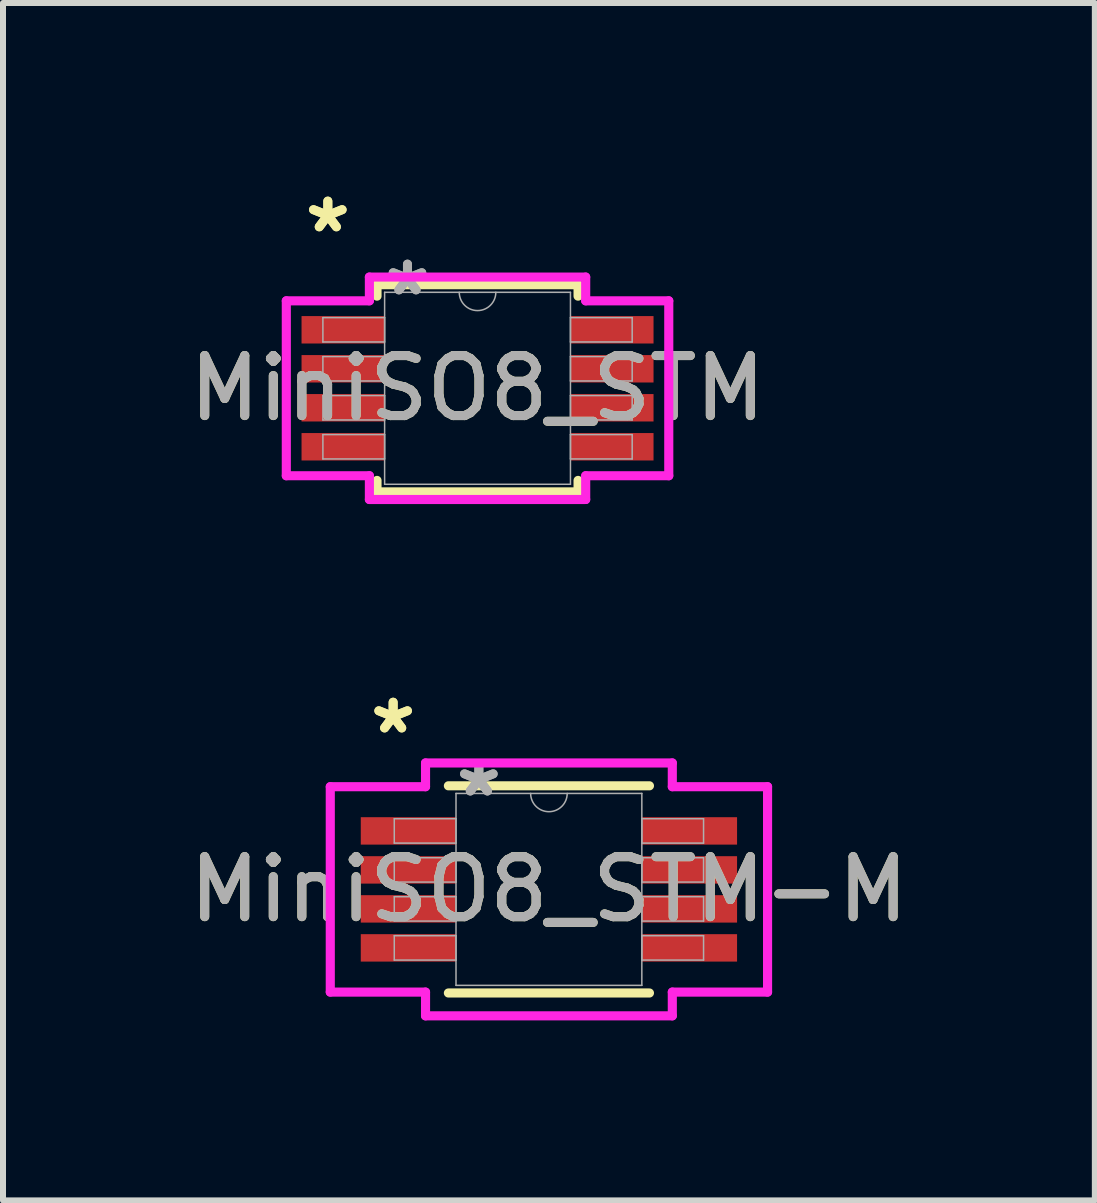
<source format=kicad_pcb>
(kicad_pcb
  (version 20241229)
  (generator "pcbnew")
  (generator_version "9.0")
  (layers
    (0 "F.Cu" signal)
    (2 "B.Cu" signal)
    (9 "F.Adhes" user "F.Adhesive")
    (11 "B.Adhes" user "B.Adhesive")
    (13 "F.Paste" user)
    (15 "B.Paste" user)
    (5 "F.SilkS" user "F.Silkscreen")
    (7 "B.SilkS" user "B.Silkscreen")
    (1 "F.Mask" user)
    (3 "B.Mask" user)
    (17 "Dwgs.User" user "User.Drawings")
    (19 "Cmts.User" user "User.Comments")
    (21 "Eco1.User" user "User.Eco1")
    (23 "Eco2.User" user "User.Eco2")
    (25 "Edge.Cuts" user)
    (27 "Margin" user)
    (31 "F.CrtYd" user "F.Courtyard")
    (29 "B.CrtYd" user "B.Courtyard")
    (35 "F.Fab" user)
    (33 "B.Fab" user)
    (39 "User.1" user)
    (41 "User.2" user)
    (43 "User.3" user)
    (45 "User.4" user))
  (footprint "MiniSO8_STM"
    (layer "F.Cu")
    (at 4.911 3.423)
    (property "Reference" "MiniSO8_STM" (at 0 0 0) (unlocked yes) (layer "F.SilkS") (effects (font (size 1 1) (thickness 0.15))))
    (attr smd)
    (fp_line (start -1.676 -1.727) (end -1.676 -1.536) (stroke (width 0.152) (type solid)) (layer "F.SilkS"))
    (fp_line (start -1.676 1.536) (end -1.676 1.727) (stroke (width 0.152) (type solid)) (layer "F.SilkS"))
    (fp_line (start -1.676 1.727) (end 1.676 1.727) (stroke (width 0.152) (type solid)) (layer "F.SilkS"))
    (fp_line (start 1.676 -1.727) (end -1.676 -1.727) (stroke (width 0.152) (type solid)) (layer "F.SilkS"))
    (fp_line (start 1.676 -1.536) (end 1.676 -1.727) (stroke (width 0.152) (type solid)) (layer "F.SilkS"))
    (fp_line (start 1.676 1.727) (end 1.676 1.536) (stroke (width 0.152) (type solid)) (layer "F.SilkS"))
    (fp_line (start -3.188 -1.458) (end -1.803 -1.458) (stroke (width 0.152) (type solid)) (layer "F.CrtYd"))
    (fp_line (start -3.188 1.458) (end -3.188 -1.458) (stroke (width 0.152) (type solid)) (layer "F.CrtYd"))
    (fp_line (start -3.188 1.458) (end -1.803 1.458) (stroke (width 0.152) (type solid)) (layer "F.CrtYd"))
    (fp_line (start -1.803 -1.854) (end 1.803 -1.854) (stroke (width 0.152) (type solid)) (layer "F.CrtYd"))
    (fp_line (start -1.803 -1.458) (end -1.803 -1.854) (stroke (width 0.152) (type solid)) (layer "F.CrtYd"))
    (fp_line (start -1.803 1.854) (end -1.803 1.458) (stroke (width 0.152) (type solid)) (layer "F.CrtYd"))
    (fp_line (start 1.803 -1.854) (end 1.803 -1.458) (stroke (width 0.152) (type solid)) (layer "F.CrtYd"))
    (fp_line (start 1.803 1.458) (end 1.803 1.854) (stroke (width 0.152) (type solid)) (layer "F.CrtYd"))
    (fp_line (start 1.803 1.854) (end -1.803 1.854) (stroke (width 0.152) (type solid)) (layer "F.CrtYd"))
    (fp_line (start 3.188 -1.458) (end 1.803 -1.458) (stroke (width 0.152) (type solid)) (layer "F.CrtYd"))
    (fp_line (start 3.188 -1.458) (end 3.188 1.458) (stroke (width 0.152) (type solid)) (layer "F.CrtYd"))
    (fp_line (start 3.188 1.458) (end 1.803 1.458) (stroke (width 0.152) (type solid)) (layer "F.CrtYd"))
    (fp_line (start -2.578 -1.178) (end -2.578 -0.772) (stroke (width 0.025) (type solid)) (layer "F.Fab"))
    (fp_line (start -2.578 -0.772) (end -1.549 -0.772) (stroke (width 0.025) (type solid)) (layer "F.Fab"))
    (fp_line (start -2.578 -0.528) (end -2.578 -0.122) (stroke (width 0.025) (type solid)) (layer "F.Fab"))
    (fp_line (start -2.578 -0.122) (end -1.549 -0.122) (stroke (width 0.025) (type solid)) (layer "F.Fab"))
    (fp_line (start -2.578 0.122) (end -2.578 0.528) (stroke (width 0.025) (type solid)) (layer "F.Fab"))
    (fp_line (start -2.578 0.528) (end -1.549 0.528) (stroke (width 0.025) (type solid)) (layer "F.Fab"))
    (fp_line (start -2.578 0.772) (end -2.578 1.178) (stroke (width 0.025) (type solid)) (layer "F.Fab"))
    (fp_line (start -2.578 1.178) (end -1.549 1.178) (stroke (width 0.025) (type solid)) (layer "F.Fab"))
    (fp_line (start -1.549 -1.6) (end -1.549 1.6) (stroke (width 0.025) (type solid)) (layer "F.Fab"))
    (fp_line (start -1.549 -1.178) (end -2.578 -1.178) (stroke (width 0.025) (type solid)) (layer "F.Fab"))
    (fp_line (start -1.549 -0.772) (end -1.549 -1.178) (stroke (width 0.025) (type solid)) (layer "F.Fab"))
    (fp_line (start -1.549 -0.528) (end -2.578 -0.528) (stroke (width 0.025) (type solid)) (layer "F.Fab"))
    (fp_line (start -1.549 -0.122) (end -1.549 -0.528) (stroke (width 0.025) (type solid)) (layer "F.Fab"))
    (fp_line (start -1.549 0.122) (end -2.578 0.122) (stroke (width 0.025) (type solid)) (layer "F.Fab"))
    (fp_line (start -1.549 0.528) (end -1.549 0.122) (stroke (width 0.025) (type solid)) (layer "F.Fab"))
    (fp_line (start -1.549 0.772) (end -2.578 0.772) (stroke (width 0.025) (type solid)) (layer "F.Fab"))
    (fp_line (start -1.549 1.178) (end -1.549 0.772) (stroke (width 0.025) (type solid)) (layer "F.Fab"))
    (fp_line (start -1.549 1.6) (end 1.549 1.6) (stroke (width 0.025) (type solid)) (layer "F.Fab"))
    (fp_line (start 1.549 -1.6) (end -1.549 -1.6) (stroke (width 0.025) (type solid)) (layer "F.Fab"))
    (fp_line (start 1.549 -1.178) (end 1.549 -0.772) (stroke (width 0.025) (type solid)) (layer "F.Fab"))
    (fp_line (start 1.549 -0.772) (end 2.578 -0.772) (stroke (width 0.025) (type solid)) (layer "F.Fab"))
    (fp_line (start 1.549 -0.528) (end 1.549 -0.122) (stroke (width 0.025) (type solid)) (layer "F.Fab"))
    (fp_line (start 1.549 -0.122) (end 2.578 -0.122) (stroke (width 0.025) (type solid)) (layer "F.Fab"))
    (fp_line (start 1.549 0.122) (end 1.549 0.528) (stroke (width 0.025) (type solid)) (layer "F.Fab"))
    (fp_line (start 1.549 0.528) (end 2.578 0.528) (stroke (width 0.025) (type solid)) (layer "F.Fab"))
    (fp_line (start 1.549 0.772) (end 1.549 1.178) (stroke (width 0.025) (type solid)) (layer "F.Fab"))
    (fp_line (start 1.549 1.178) (end 2.578 1.178) (stroke (width 0.025) (type solid)) (layer "F.Fab"))
    (fp_line (start 1.549 1.6) (end 1.549 -1.6) (stroke (width 0.025) (type solid)) (layer "F.Fab"))
    (fp_line (start 2.578 -1.178) (end 1.549 -1.178) (stroke (width 0.025) (type solid)) (layer "F.Fab"))
    (fp_line (start 2.578 -0.772) (end 2.578 -1.178) (stroke (width 0.025) (type solid)) (layer "F.Fab"))
    (fp_line (start 2.578 -0.528) (end 1.549 -0.528) (stroke (width 0.025) (type solid)) (layer "F.Fab"))
    (fp_line (start 2.578 -0.122) (end 2.578 -0.528) (stroke (width 0.025) (type solid)) (layer "F.Fab"))
    (fp_line (start 2.578 0.122) (end 1.549 0.122) (stroke (width 0.025) (type solid)) (layer "F.Fab"))
    (fp_line (start 2.578 0.528) (end 2.578 0.122) (stroke (width 0.025) (type solid)) (layer "F.Fab"))
    (fp_line (start 2.578 0.772) (end 1.549 0.772) (stroke (width 0.025) (type solid)) (layer "F.Fab"))
    (fp_line (start 2.578 1.178) (end 2.578 0.772) (stroke (width 0.025) (type solid)) (layer "F.Fab"))
    (fp_arc (start 0.3048 -1.6002) (mid 0 -1.2954) (end -0.3048 -1.6002) (stroke (width 0.0254) (type solid)) (layer "F.Fab"))
    (fp_text user "*" (at -2.496 -2.575 0) (unlocked yes) (layer "F.SilkS") (effects (font (size 1 1) (thickness 0.15))))
    (fp_text user "*" (at -2.496 -2.575 0) (layer "F.SilkS") (effects (font (size 1 1) (thickness 0.15))))
    (fp_text user "*" (at -1.168 -1.524 0) (layer "F.Fab") (effects (font (size 1 1) (thickness 0.15))))
    (fp_text user "*" (at -1.168 -1.524 0) (unlocked yes) (layer "F.Fab") (effects (font (size 1 1) (thickness 0.15))))
    (fp_text user "${REFERENCE}" (at 0 0 0) (unlocked yes) (layer "F.Fab") (effects (font (size 1 1) (thickness 0.15))))
    (pad "1" smd rect (at -2.242 -0.975) (size 1.384 0.457) (layers "F.Cu" "F.Mask" "F.Paste"))
    (pad "2" smd rect (at -2.242 -0.325) (size 1.384 0.457) (layers "F.Cu" "F.Mask" "F.Paste"))
    (pad "3" smd rect (at -2.242 0.325) (size 1.384 0.457) (layers "F.Cu" "F.Mask" "F.Paste"))
    (pad "4" smd rect (at -2.242 0.975) (size 1.384 0.457) (layers "F.Cu" "F.Mask" "F.Paste"))
    (pad "5" smd rect (at 2.242 0.975) (size 1.384 0.457) (layers "F.Cu" "F.Mask" "F.Paste"))
    (pad "6" smd rect (at 2.242 0.325) (size 1.384 0.457) (layers "F.Cu" "F.Mask" "F.Paste"))
    (pad "7" smd rect (at 2.242 -0.325) (size 1.384 0.457) (layers "F.Cu" "F.Mask" "F.Paste"))
    (pad "8" smd rect (at 2.242 -0.975) (size 1.384 0.457) (layers "F.Cu" "F.Mask" "F.Paste")))
  (footprint "MiniSO8_STM-M"
    (layer "F.Cu")
    (at 6.101 11.777)
    (property "Reference" "MiniSO8_STM-M" (at 0 0 0) (unlocked yes) (layer "F.SilkS") (effects (font (size 1 1) (thickness 0.15))))
    (attr smd)
    (fp_line (start -1.676 1.727) (end 1.676 1.727) (stroke (width 0.152) (type solid)) (layer "F.SilkS"))
    (fp_line (start 1.676 -1.727) (end -1.676 -1.727) (stroke (width 0.152) (type solid)) (layer "F.SilkS"))
    (fp_line (start -3.645 -1.712) (end -2.057 -1.712) (stroke (width 0.152) (type solid)) (layer "F.CrtYd"))
    (fp_line (start -3.645 1.712) (end -3.645 -1.712) (stroke (width 0.152) (type solid)) (layer "F.CrtYd"))
    (fp_line (start -3.645 1.712) (end -2.057 1.712) (stroke (width 0.152) (type solid)) (layer "F.CrtYd"))
    (fp_line (start -2.057 -2.108) (end 2.057 -2.108) (stroke (width 0.152) (type solid)) (layer "F.CrtYd"))
    (fp_line (start -2.057 -1.712) (end -2.057 -2.108) (stroke (width 0.152) (type solid)) (layer "F.CrtYd"))
    (fp_line (start -2.057 2.108) (end -2.057 1.712) (stroke (width 0.152) (type solid)) (layer "F.CrtYd"))
    (fp_line (start 2.057 -2.108) (end 2.057 -1.712) (stroke (width 0.152) (type solid)) (layer "F.CrtYd"))
    (fp_line (start 2.057 1.712) (end 2.057 2.108) (stroke (width 0.152) (type solid)) (layer "F.CrtYd"))
    (fp_line (start 2.057 2.108) (end -2.057 2.108) (stroke (width 0.152) (type solid)) (layer "F.CrtYd"))
    (fp_line (start 3.645 -1.712) (end 2.057 -1.712) (stroke (width 0.152) (type solid)) (layer "F.CrtYd"))
    (fp_line (start 3.645 -1.712) (end 3.645 1.712) (stroke (width 0.152) (type solid)) (layer "F.CrtYd"))
    (fp_line (start 3.645 1.712) (end 2.057 1.712) (stroke (width 0.152) (type solid)) (layer "F.CrtYd"))
    (fp_line (start -2.578 -1.178) (end -2.578 -0.772) (stroke (width 0.025) (type solid)) (layer "F.Fab"))
    (fp_line (start -2.578 -0.772) (end -1.549 -0.772) (stroke (width 0.025) (type solid)) (layer "F.Fab"))
    (fp_line (start -2.578 -0.528) (end -2.578 -0.122) (stroke (width 0.025) (type solid)) (layer "F.Fab"))
    (fp_line (start -2.578 -0.122) (end -1.549 -0.122) (stroke (width 0.025) (type solid)) (layer "F.Fab"))
    (fp_line (start -2.578 0.122) (end -2.578 0.528) (stroke (width 0.025) (type solid)) (layer "F.Fab"))
    (fp_line (start -2.578 0.528) (end -1.549 0.528) (stroke (width 0.025) (type solid)) (layer "F.Fab"))
    (fp_line (start -2.578 0.772) (end -2.578 1.178) (stroke (width 0.025) (type solid)) (layer "F.Fab"))
    (fp_line (start -2.578 1.178) (end -1.549 1.178) (stroke (width 0.025) (type solid)) (layer "F.Fab"))
    (fp_line (start -1.549 -1.6) (end -1.549 1.6) (stroke (width 0.025) (type solid)) (layer "F.Fab"))
    (fp_line (start -1.549 -1.178) (end -2.578 -1.178) (stroke (width 0.025) (type solid)) (layer "F.Fab"))
    (fp_line (start -1.549 -0.772) (end -1.549 -1.178) (stroke (width 0.025) (type solid)) (layer "F.Fab"))
    (fp_line (start -1.549 -0.528) (end -2.578 -0.528) (stroke (width 0.025) (type solid)) (layer "F.Fab"))
    (fp_line (start -1.549 -0.122) (end -1.549 -0.528) (stroke (width 0.025) (type solid)) (layer "F.Fab"))
    (fp_line (start -1.549 0.122) (end -2.578 0.122) (stroke (width 0.025) (type solid)) (layer "F.Fab"))
    (fp_line (start -1.549 0.528) (end -1.549 0.122) (stroke (width 0.025) (type solid)) (layer "F.Fab"))
    (fp_line (start -1.549 0.772) (end -2.578 0.772) (stroke (width 0.025) (type solid)) (layer "F.Fab"))
    (fp_line (start -1.549 1.178) (end -1.549 0.772) (stroke (width 0.025) (type solid)) (layer "F.Fab"))
    (fp_line (start -1.549 1.6) (end 1.549 1.6) (stroke (width 0.025) (type solid)) (layer "F.Fab"))
    (fp_line (start 1.549 -1.6) (end -1.549 -1.6) (stroke (width 0.025) (type solid)) (layer "F.Fab"))
    (fp_line (start 1.549 -1.178) (end 1.549 -0.772) (stroke (width 0.025) (type solid)) (layer "F.Fab"))
    (fp_line (start 1.549 -0.772) (end 2.578 -0.772) (stroke (width 0.025) (type solid)) (layer "F.Fab"))
    (fp_line (start 1.549 -0.528) (end 1.549 -0.122) (stroke (width 0.025) (type solid)) (layer "F.Fab"))
    (fp_line (start 1.549 -0.122) (end 2.578 -0.122) (stroke (width 0.025) (type solid)) (layer "F.Fab"))
    (fp_line (start 1.549 0.122) (end 1.549 0.528) (stroke (width 0.025) (type solid)) (layer "F.Fab"))
    (fp_line (start 1.549 0.528) (end 2.578 0.528) (stroke (width 0.025) (type solid)) (layer "F.Fab"))
    (fp_line (start 1.549 0.772) (end 1.549 1.178) (stroke (width 0.025) (type solid)) (layer "F.Fab"))
    (fp_line (start 1.549 1.178) (end 2.578 1.178) (stroke (width 0.025) (type solid)) (layer "F.Fab"))
    (fp_line (start 1.549 1.6) (end 1.549 -1.6) (stroke (width 0.025) (type solid)) (layer "F.Fab"))
    (fp_line (start 2.578 -1.178) (end 1.549 -1.178) (stroke (width 0.025) (type solid)) (layer "F.Fab"))
    (fp_line (start 2.578 -0.772) (end 2.578 -1.178) (stroke (width 0.025) (type solid)) (layer "F.Fab"))
    (fp_line (start 2.578 -0.528) (end 1.549 -0.528) (stroke (width 0.025) (type solid)) (layer "F.Fab"))
    (fp_line (start 2.578 -0.122) (end 2.578 -0.528) (stroke (width 0.025) (type solid)) (layer "F.Fab"))
    (fp_line (start 2.578 0.122) (end 1.549 0.122) (stroke (width 0.025) (type solid)) (layer "F.Fab"))
    (fp_line (start 2.578 0.528) (end 2.578 0.122) (stroke (width 0.025) (type solid)) (layer "F.Fab"))
    (fp_line (start 2.578 0.772) (end 1.549 0.772) (stroke (width 0.025) (type solid)) (layer "F.Fab"))
    (fp_line (start 2.578 1.178) (end 2.578 0.772) (stroke (width 0.025) (type solid)) (layer "F.Fab"))
    (fp_arc (start 0.3048 -1.6002) (mid 0 -1.2954) (end -0.3048 -1.6002) (stroke (width 0.0254) (type solid)) (layer "F.Fab"))
    (fp_text user "*" (at -2.597 -2.575 0) (layer "F.SilkS") (effects (font (size 1 1) (thickness 0.15))))
    (fp_text user "*" (at -2.597 -2.575 0) (unlocked yes) (layer "F.SilkS") (effects (font (size 1 1) (thickness 0.15))))
    (fp_text user "*" (at -1.168 -1.524 0) (unlocked yes) (layer "F.Fab") (effects (font (size 1 1) (thickness 0.15))))
    (fp_text user "${REFERENCE}" (at 0 0 0) (unlocked yes) (layer "F.Fab") (effects (font (size 1 1) (thickness 0.15))))
    (fp_text user "*" (at -1.168 -1.524 0) (layer "F.Fab") (effects (font (size 1 1) (thickness 0.15))))
    (pad "1" smd rect (at -2.343 -0.975) (size 1.587 0.457) (layers "F.Cu" "F.Mask" "F.Paste"))
    (pad "2" smd rect (at -2.343 -0.325) (size 1.587 0.457) (layers "F.Cu" "F.Mask" "F.Paste"))
    (pad "3" smd rect (at -2.343 0.325) (size 1.587 0.457) (layers "F.Cu" "F.Mask" "F.Paste"))
    (pad "4" smd rect (at -2.343 0.975) (size 1.587 0.457) (layers "F.Cu" "F.Mask" "F.Paste"))
    (pad "5" smd rect (at 2.343 0.975) (size 1.587 0.457) (layers "F.Cu" "F.Mask" "F.Paste"))
    (pad "6" smd rect (at 2.343 0.325) (size 1.587 0.457) (layers "F.Cu" "F.Mask" "F.Paste"))
    (pad "7" smd rect (at 2.343 -0.325) (size 1.587 0.457) (layers "F.Cu" "F.Mask" "F.Paste"))
    (pad "8" smd rect (at 2.343 -0.975) (size 1.587 0.457) (layers "F.Cu" "F.Mask" "F.Paste")))
  (gr_rect
    (start -3 -3)
    (end 15.202 16.962)
    (stroke (width 0.1) (type default))
    (fill no)
    (layer "Edge.Cuts")))
</source>
